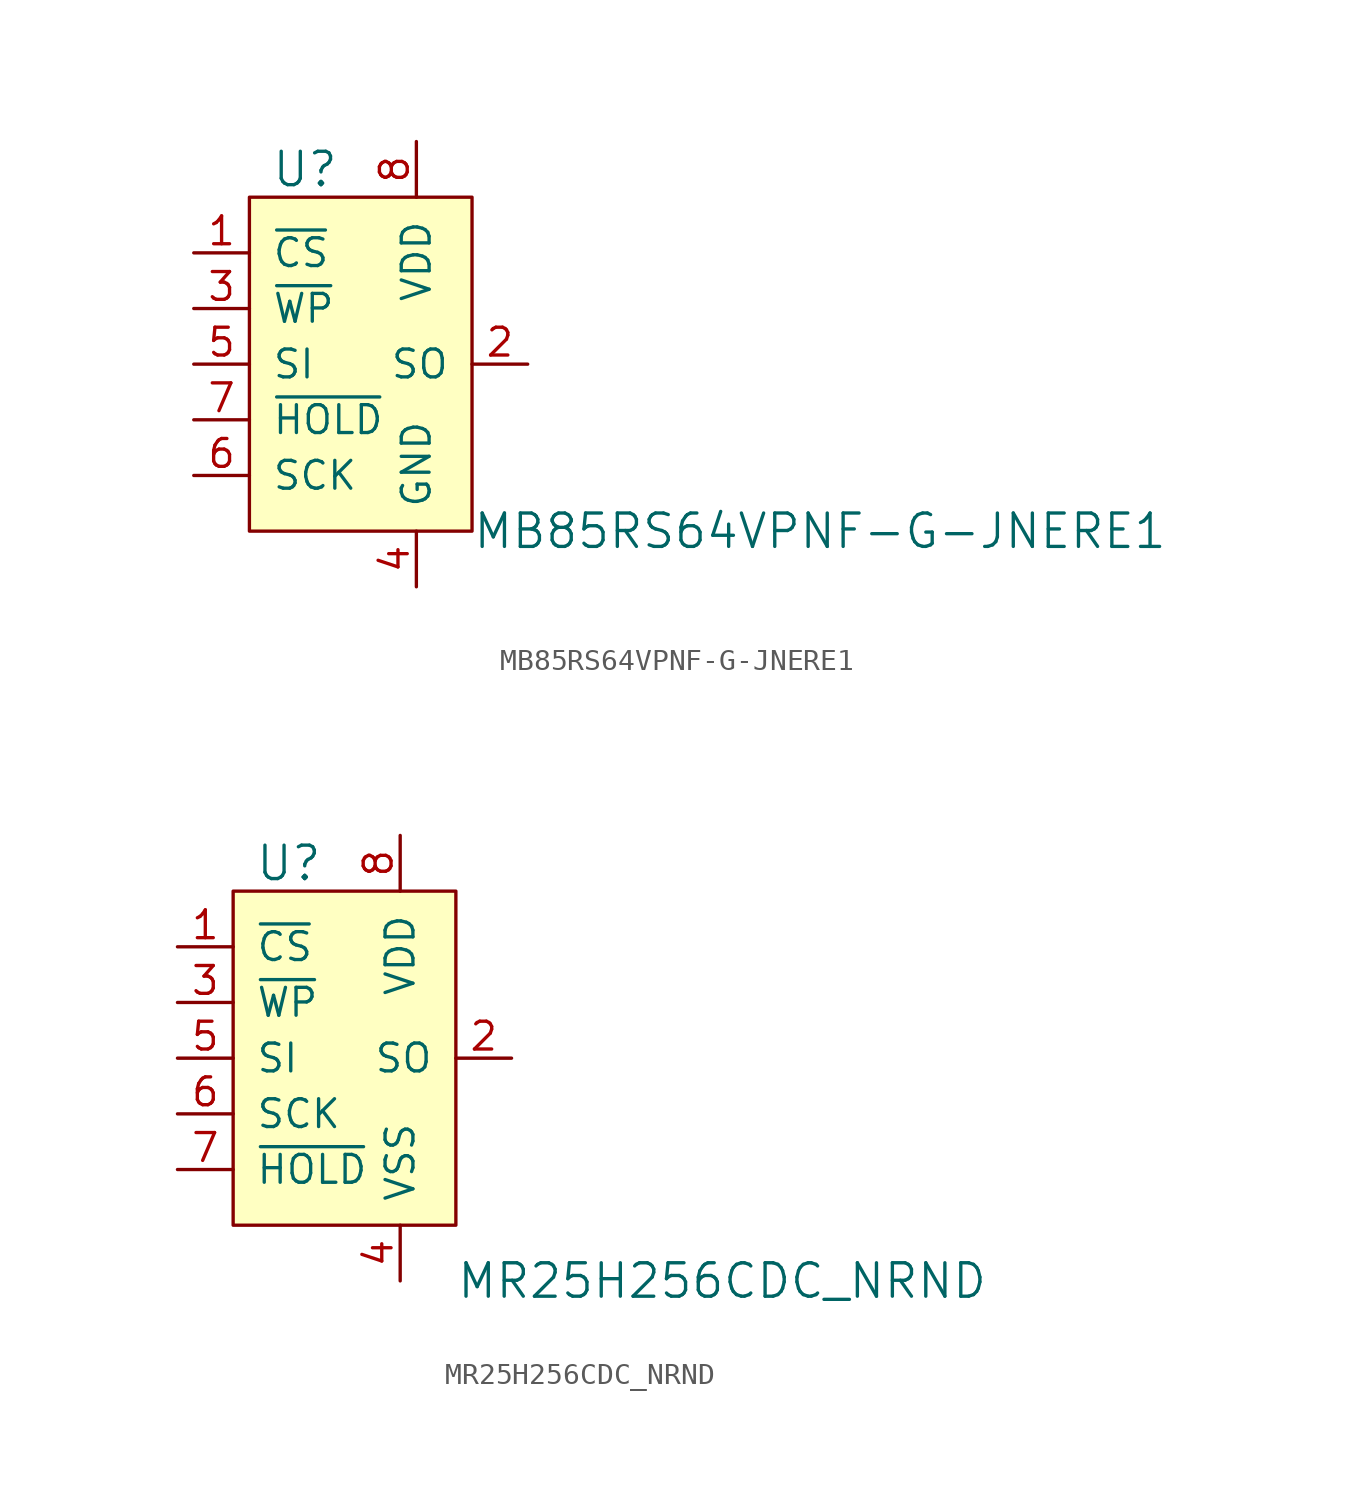
<source format=kicad_sym>
(kicad_symbol_lib
  (version 20211014)
  (generator kicad_symbol_editor)
  (symbol "MB85RS64VPNF-G-JNERE1"
    (pin_names
      (offset 1.016))
    (property "Reference" "U"
      (at -2.54 6.35 0)
      (effects (font (size 1.524 1.524))))
    (property "Value" "MB85RS64VPNF-G-JNERE1"
      (at 5.08 -10.16 0)
      (effects (font (size 1.524 1.524)) (justify left)))
    (symbol "MB85RS64VPNF-G-JNERE1_0_1"
      (rectangle (start -5.08 5.08) (end 5.08 -10.16) (stroke (width 0) (type default) (color 0 0 0 0)) (fill (type background))))
    (symbol "MB85RS64VPNF-G-JNERE1_1_1"
      (pin input line (at -7.62 2.54 0) (length 2.54) (name "~{CS}" (effects (font (size 1.27 1.27)))) (number "1" (effects (font (size 1.27 1.27)))))
      (pin output line (at 7.62 -2.54 180) (length 2.54) (name "SO" (effects (font (size 1.27 1.27)))) (number "2" (effects (font (size 1.27 1.27)))))
      (pin input line (at -7.62 0 0) (length 2.54) (name "~{WP}" (effects (font (size 1.27 1.27)))) (number "3" (effects (font (size 1.27 1.27)))))
      (pin power_in line (at 2.54 -12.7 90) (length 2.54) (name "GND" (effects (font (size 1.27 1.27)))) (number "4" (effects (font (size 1.27 1.27)))))
      (pin input line (at -7.62 -2.54 0) (length 2.54) (name "SI" (effects (font (size 1.27 1.27)))) (number "5" (effects (font (size 1.27 1.27)))))
      (pin input line (at -7.62 -7.62 0) (length 2.54) (name "SCK" (effects (font (size 1.27 1.27)))) (number "6" (effects (font (size 1.27 1.27)))))
      (pin input line (at -7.62 -5.08 0) (length 2.54) (name "~{HOLD}" (effects (font (size 1.27 1.27)))) (number "7" (effects (font (size 1.27 1.27)))))
      (pin power_in line (at 2.54 7.62 270) (length 2.54) (name "VDD" (effects (font (size 1.27 1.27)))) (number "8" (effects (font (size 1.27 1.27)))))))
  (symbol "MR25H256CDC_NRND"
    (pin_names
      (offset 1.016))
    (property "Reference" "U"
      (at -2.54 3.81 0)
      (effects (font (size 1.524 1.524))))
    (property "Value" "MR25H256CDC_NRND"
      (at 5.08 -15.24 0)
      (effects (font (size 1.524 1.524)) (justify left)))
    (symbol "MR25H256CDC_NRND_0_1"
      (rectangle (start -5.08 2.54) (end 5.08 -12.7) (stroke (width 0) (type default) (color 0 0 0 0)) (fill (type background))))
    (symbol "MR25H256CDC_NRND_1_1"
      (pin input line (at -7.62 0 0) (length 2.54) (name "~{CS}" (effects (font (size 1.27 1.27)))) (number "1" (effects (font (size 1.27 1.27)))))
      (pin output line (at 7.62 -5.08 180) (length 2.54) (name "SO" (effects (font (size 1.27 1.27)))) (number "2" (effects (font (size 1.27 1.27)))))
      (pin input line (at -7.62 -2.54 0) (length 2.54) (name "~{WP}" (effects (font (size 1.27 1.27)))) (number "3" (effects (font (size 1.27 1.27)))))
      (pin power_in line (at 2.54 -15.24 90) (length 2.54) (name "VSS" (effects (font (size 1.27 1.27)))) (number "4" (effects (font (size 1.27 1.27)))))
      (pin input line (at -7.62 -5.08 0) (length 2.54) (name "SI" (effects (font (size 1.27 1.27)))) (number "5" (effects (font (size 1.27 1.27)))))
      (pin input line (at -7.62 -7.62 0) (length 2.54) (name "SCK" (effects (font (size 1.27 1.27)))) (number "6" (effects (font (size 1.27 1.27)))))
      (pin input line (at -7.62 -10.16 0) (length 2.54) (name "~{HOLD}" (effects (font (size 1.27 1.27)))) (number "7" (effects (font (size 1.27 1.27)))))
      (pin power_in line (at 2.54 5.08 270) (length 2.54) (name "VDD" (effects (font (size 1.27 1.27)))) (number "8" (effects (font (size 1.27 1.27))))))))
</source>
